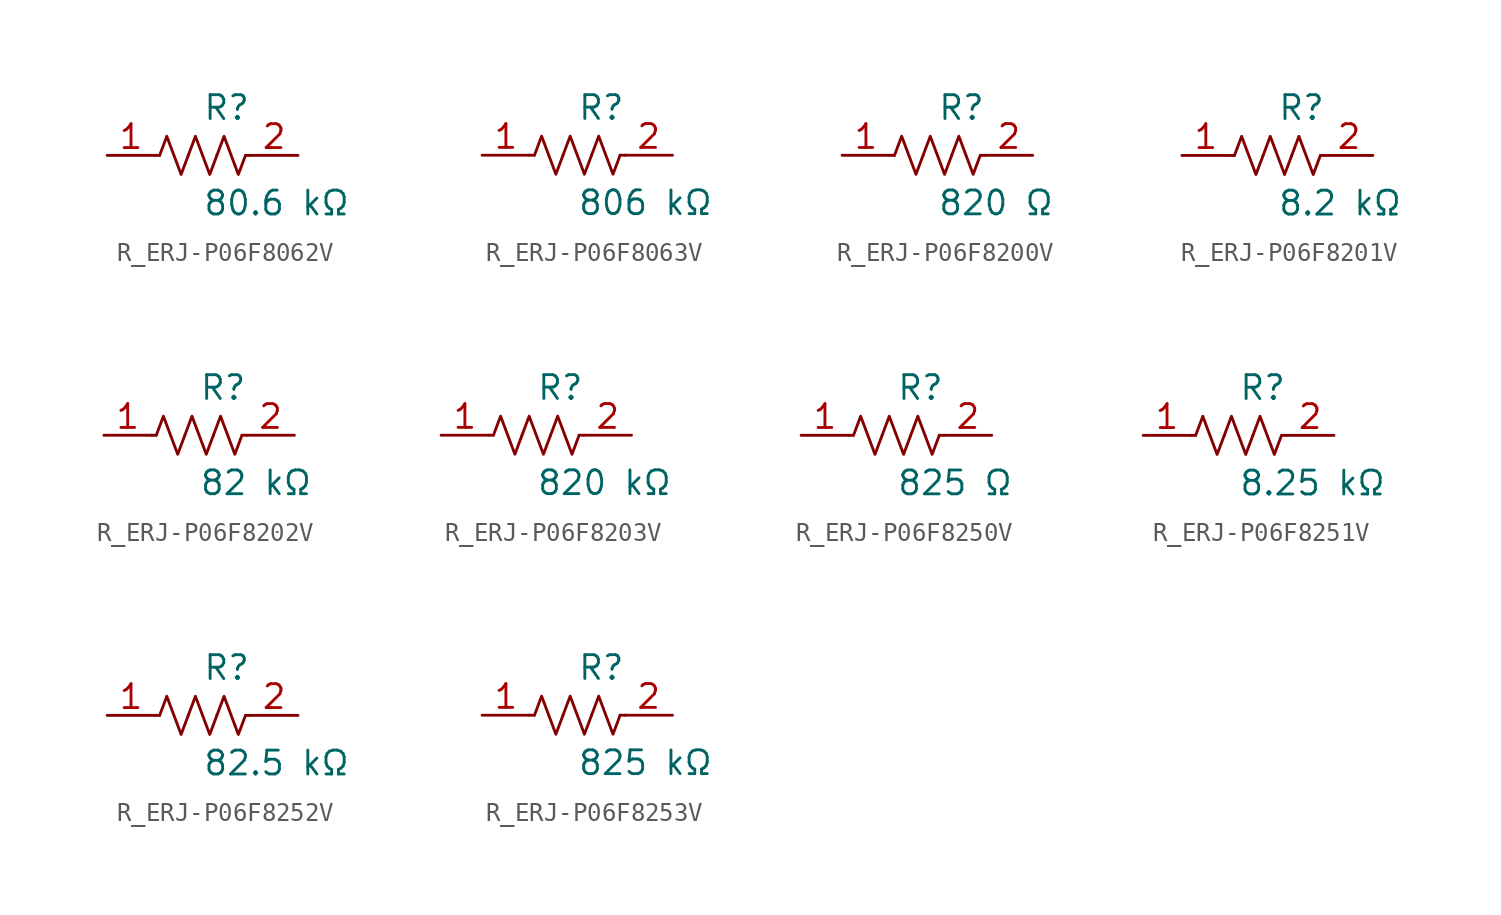
<source format=kicad_sym>
(kicad_symbol_lib
  (version 20231120)
  (generator kicad_symbol_editor)
  (generator_version 8.0)
  (symbol "R_ERJ-P06F8062V"
    (pin_names
      (offset 0.254))
    (property "Reference" "R"
      (at 0.0 2.54 0)
      (effects (font (size 1.27 1.27)) (justify left)))
    (property "Value" "80.6 kΩ"
      (at 0.0 -2.54 0)
      (effects (font (size 1.27 1.27)) (justify left)))
    (symbol "R_ERJ-P06F8062V_0_1"
      (polyline (pts (xy 2.286 0) (xy 2.54 0)) (stroke (width 0) (type default)) (fill (type none)))
      (polyline (pts (xy -2.286 0) (xy -2.54 0)) (stroke (width 0) (type default)) (fill (type none)))
      (polyline (pts (xy 0.762 0) (xy 1.143 1.016) (xy 1.524 0) (xy 1.905 -1.016) (xy 2.286 0)) (stroke (width 0) (type default)) (fill (type none)))
      (polyline (pts (xy -0.762 0) (xy -0.381 1.016) (xy 0 0) (xy 0.381 -1.016) (xy 0.762 0)) (stroke (width 0) (type default)) (fill (type none)))
      (polyline (pts (xy -2.286 0) (xy -1.905 1.016) (xy -1.524 0) (xy -1.143 -1.016) (xy -0.762 0)) (stroke (width 0) (type default)) (fill (type none))))
    (pin unspecified line
      (at -5.08 0 0)
      (length 2.54)
      (name "" (effects (font (size 1.27 1.27))))
      (number "1" (effects (font (size 1.27 1.27)))))
    (pin unspecified line
      (at 5.08 0 180)
      (length 2.54)
      (name "" (effects (font (size 1.27 1.27))))
      (number "2" (effects (font (size 1.27 1.27))))))
  (symbol "R_ERJ-P06F8063V"
    (pin_names
      (offset 0.254))
    (property "Reference" "R"
      (at 0.0 2.54 0)
      (effects (font (size 1.27 1.27)) (justify left)))
    (property "Value" "806 kΩ"
      (at 0.0 -2.54 0)
      (effects (font (size 1.27 1.27)) (justify left)))
    (symbol "R_ERJ-P06F8063V_0_1"
      (polyline (pts (xy 2.286 0) (xy 2.54 0)) (stroke (width 0) (type default)) (fill (type none)))
      (polyline (pts (xy -2.286 0) (xy -2.54 0)) (stroke (width 0) (type default)) (fill (type none)))
      (polyline (pts (xy 0.762 0) (xy 1.143 1.016) (xy 1.524 0) (xy 1.905 -1.016) (xy 2.286 0)) (stroke (width 0) (type default)) (fill (type none)))
      (polyline (pts (xy -0.762 0) (xy -0.381 1.016) (xy 0 0) (xy 0.381 -1.016) (xy 0.762 0)) (stroke (width 0) (type default)) (fill (type none)))
      (polyline (pts (xy -2.286 0) (xy -1.905 1.016) (xy -1.524 0) (xy -1.143 -1.016) (xy -0.762 0)) (stroke (width 0) (type default)) (fill (type none))))
    (pin unspecified line
      (at -5.08 0 0)
      (length 2.54)
      (name "" (effects (font (size 1.27 1.27))))
      (number "1" (effects (font (size 1.27 1.27)))))
    (pin unspecified line
      (at 5.08 0 180)
      (length 2.54)
      (name "" (effects (font (size 1.27 1.27))))
      (number "2" (effects (font (size 1.27 1.27))))))
  (symbol "R_ERJ-P06F8200V"
    (pin_names
      (offset 0.254))
    (property "Reference" "R"
      (at 0.0 2.54 0)
      (effects (font (size 1.27 1.27)) (justify left)))
    (property "Value" "820 Ω"
      (at 0.0 -2.54 0)
      (effects (font (size 1.27 1.27)) (justify left)))
    (symbol "R_ERJ-P06F8200V_0_1"
      (polyline (pts (xy 2.286 0) (xy 2.54 0)) (stroke (width 0) (type default)) (fill (type none)))
      (polyline (pts (xy -2.286 0) (xy -2.54 0)) (stroke (width 0) (type default)) (fill (type none)))
      (polyline (pts (xy 0.762 0) (xy 1.143 1.016) (xy 1.524 0) (xy 1.905 -1.016) (xy 2.286 0)) (stroke (width 0) (type default)) (fill (type none)))
      (polyline (pts (xy -0.762 0) (xy -0.381 1.016) (xy 0 0) (xy 0.381 -1.016) (xy 0.762 0)) (stroke (width 0) (type default)) (fill (type none)))
      (polyline (pts (xy -2.286 0) (xy -1.905 1.016) (xy -1.524 0) (xy -1.143 -1.016) (xy -0.762 0)) (stroke (width 0) (type default)) (fill (type none))))
    (pin unspecified line
      (at -5.08 0 0)
      (length 2.54)
      (name "" (effects (font (size 1.27 1.27))))
      (number "1" (effects (font (size 1.27 1.27)))))
    (pin unspecified line
      (at 5.08 0 180)
      (length 2.54)
      (name "" (effects (font (size 1.27 1.27))))
      (number "2" (effects (font (size 1.27 1.27))))))
  (symbol "R_ERJ-P06F8201V"
    (pin_names
      (offset 0.254))
    (property "Reference" "R"
      (at 0.0 2.54 0)
      (effects (font (size 1.27 1.27)) (justify left)))
    (property "Value" "8.2 kΩ"
      (at 0.0 -2.54 0)
      (effects (font (size 1.27 1.27)) (justify left)))
    (symbol "R_ERJ-P06F8201V_0_1"
      (polyline (pts (xy 2.286 0) (xy 2.54 0)) (stroke (width 0) (type default)) (fill (type none)))
      (polyline (pts (xy -2.286 0) (xy -2.54 0)) (stroke (width 0) (type default)) (fill (type none)))
      (polyline (pts (xy 0.762 0) (xy 1.143 1.016) (xy 1.524 0) (xy 1.905 -1.016) (xy 2.286 0)) (stroke (width 0) (type default)) (fill (type none)))
      (polyline (pts (xy -0.762 0) (xy -0.381 1.016) (xy 0 0) (xy 0.381 -1.016) (xy 0.762 0)) (stroke (width 0) (type default)) (fill (type none)))
      (polyline (pts (xy -2.286 0) (xy -1.905 1.016) (xy -1.524 0) (xy -1.143 -1.016) (xy -0.762 0)) (stroke (width 0) (type default)) (fill (type none))))
    (pin unspecified line
      (at -5.08 0 0)
      (length 2.54)
      (name "" (effects (font (size 1.27 1.27))))
      (number "1" (effects (font (size 1.27 1.27)))))
    (pin unspecified line
      (at 5.08 0 180)
      (length 2.54)
      (name "" (effects (font (size 1.27 1.27))))
      (number "2" (effects (font (size 1.27 1.27))))))
  (symbol "R_ERJ-P06F8202V"
    (pin_names
      (offset 0.254))
    (property "Reference" "R"
      (at 0.0 2.54 0)
      (effects (font (size 1.27 1.27)) (justify left)))
    (property "Value" "82 kΩ"
      (at 0.0 -2.54 0)
      (effects (font (size 1.27 1.27)) (justify left)))
    (symbol "R_ERJ-P06F8202V_0_1"
      (polyline (pts (xy 2.286 0) (xy 2.54 0)) (stroke (width 0) (type default)) (fill (type none)))
      (polyline (pts (xy -2.286 0) (xy -2.54 0)) (stroke (width 0) (type default)) (fill (type none)))
      (polyline (pts (xy 0.762 0) (xy 1.143 1.016) (xy 1.524 0) (xy 1.905 -1.016) (xy 2.286 0)) (stroke (width 0) (type default)) (fill (type none)))
      (polyline (pts (xy -0.762 0) (xy -0.381 1.016) (xy 0 0) (xy 0.381 -1.016) (xy 0.762 0)) (stroke (width 0) (type default)) (fill (type none)))
      (polyline (pts (xy -2.286 0) (xy -1.905 1.016) (xy -1.524 0) (xy -1.143 -1.016) (xy -0.762 0)) (stroke (width 0) (type default)) (fill (type none))))
    (pin unspecified line
      (at -5.08 0 0)
      (length 2.54)
      (name "" (effects (font (size 1.27 1.27))))
      (number "1" (effects (font (size 1.27 1.27)))))
    (pin unspecified line
      (at 5.08 0 180)
      (length 2.54)
      (name "" (effects (font (size 1.27 1.27))))
      (number "2" (effects (font (size 1.27 1.27))))))
  (symbol "R_ERJ-P06F8203V"
    (pin_names
      (offset 0.254))
    (property "Reference" "R"
      (at 0.0 2.54 0)
      (effects (font (size 1.27 1.27)) (justify left)))
    (property "Value" "820 kΩ"
      (at 0.0 -2.54 0)
      (effects (font (size 1.27 1.27)) (justify left)))
    (symbol "R_ERJ-P06F8203V_0_1"
      (polyline (pts (xy 2.286 0) (xy 2.54 0)) (stroke (width 0) (type default)) (fill (type none)))
      (polyline (pts (xy -2.286 0) (xy -2.54 0)) (stroke (width 0) (type default)) (fill (type none)))
      (polyline (pts (xy 0.762 0) (xy 1.143 1.016) (xy 1.524 0) (xy 1.905 -1.016) (xy 2.286 0)) (stroke (width 0) (type default)) (fill (type none)))
      (polyline (pts (xy -0.762 0) (xy -0.381 1.016) (xy 0 0) (xy 0.381 -1.016) (xy 0.762 0)) (stroke (width 0) (type default)) (fill (type none)))
      (polyline (pts (xy -2.286 0) (xy -1.905 1.016) (xy -1.524 0) (xy -1.143 -1.016) (xy -0.762 0)) (stroke (width 0) (type default)) (fill (type none))))
    (pin unspecified line
      (at -5.08 0 0)
      (length 2.54)
      (name "" (effects (font (size 1.27 1.27))))
      (number "1" (effects (font (size 1.27 1.27)))))
    (pin unspecified line
      (at 5.08 0 180)
      (length 2.54)
      (name "" (effects (font (size 1.27 1.27))))
      (number "2" (effects (font (size 1.27 1.27))))))
  (symbol "R_ERJ-P06F8250V"
    (pin_names
      (offset 0.254))
    (property "Reference" "R"
      (at 0.0 2.54 0)
      (effects (font (size 1.27 1.27)) (justify left)))
    (property "Value" "825 Ω"
      (at 0.0 -2.54 0)
      (effects (font (size 1.27 1.27)) (justify left)))
    (symbol "R_ERJ-P06F8250V_0_1"
      (polyline (pts (xy 2.286 0) (xy 2.54 0)) (stroke (width 0) (type default)) (fill (type none)))
      (polyline (pts (xy -2.286 0) (xy -2.54 0)) (stroke (width 0) (type default)) (fill (type none)))
      (polyline (pts (xy 0.762 0) (xy 1.143 1.016) (xy 1.524 0) (xy 1.905 -1.016) (xy 2.286 0)) (stroke (width 0) (type default)) (fill (type none)))
      (polyline (pts (xy -0.762 0) (xy -0.381 1.016) (xy 0 0) (xy 0.381 -1.016) (xy 0.762 0)) (stroke (width 0) (type default)) (fill (type none)))
      (polyline (pts (xy -2.286 0) (xy -1.905 1.016) (xy -1.524 0) (xy -1.143 -1.016) (xy -0.762 0)) (stroke (width 0) (type default)) (fill (type none))))
    (pin unspecified line
      (at -5.08 0 0)
      (length 2.54)
      (name "" (effects (font (size 1.27 1.27))))
      (number "1" (effects (font (size 1.27 1.27)))))
    (pin unspecified line
      (at 5.08 0 180)
      (length 2.54)
      (name "" (effects (font (size 1.27 1.27))))
      (number "2" (effects (font (size 1.27 1.27))))))
  (symbol "R_ERJ-P06F8251V"
    (pin_names
      (offset 0.254))
    (property "Reference" "R"
      (at 0.0 2.54 0)
      (effects (font (size 1.27 1.27)) (justify left)))
    (property "Value" "8.25 kΩ"
      (at 0.0 -2.54 0)
      (effects (font (size 1.27 1.27)) (justify left)))
    (symbol "R_ERJ-P06F8251V_0_1"
      (polyline (pts (xy 2.286 0) (xy 2.54 0)) (stroke (width 0) (type default)) (fill (type none)))
      (polyline (pts (xy -2.286 0) (xy -2.54 0)) (stroke (width 0) (type default)) (fill (type none)))
      (polyline (pts (xy 0.762 0) (xy 1.143 1.016) (xy 1.524 0) (xy 1.905 -1.016) (xy 2.286 0)) (stroke (width 0) (type default)) (fill (type none)))
      (polyline (pts (xy -0.762 0) (xy -0.381 1.016) (xy 0 0) (xy 0.381 -1.016) (xy 0.762 0)) (stroke (width 0) (type default)) (fill (type none)))
      (polyline (pts (xy -2.286 0) (xy -1.905 1.016) (xy -1.524 0) (xy -1.143 -1.016) (xy -0.762 0)) (stroke (width 0) (type default)) (fill (type none))))
    (pin unspecified line
      (at -5.08 0 0)
      (length 2.54)
      (name "" (effects (font (size 1.27 1.27))))
      (number "1" (effects (font (size 1.27 1.27)))))
    (pin unspecified line
      (at 5.08 0 180)
      (length 2.54)
      (name "" (effects (font (size 1.27 1.27))))
      (number "2" (effects (font (size 1.27 1.27))))))
  (symbol "R_ERJ-P06F8252V"
    (pin_names
      (offset 0.254))
    (property "Reference" "R"
      (at 0.0 2.54 0)
      (effects (font (size 1.27 1.27)) (justify left)))
    (property "Value" "82.5 kΩ"
      (at 0.0 -2.54 0)
      (effects (font (size 1.27 1.27)) (justify left)))
    (symbol "R_ERJ-P06F8252V_0_1"
      (polyline (pts (xy 2.286 0) (xy 2.54 0)) (stroke (width 0) (type default)) (fill (type none)))
      (polyline (pts (xy -2.286 0) (xy -2.54 0)) (stroke (width 0) (type default)) (fill (type none)))
      (polyline (pts (xy 0.762 0) (xy 1.143 1.016) (xy 1.524 0) (xy 1.905 -1.016) (xy 2.286 0)) (stroke (width 0) (type default)) (fill (type none)))
      (polyline (pts (xy -0.762 0) (xy -0.381 1.016) (xy 0 0) (xy 0.381 -1.016) (xy 0.762 0)) (stroke (width 0) (type default)) (fill (type none)))
      (polyline (pts (xy -2.286 0) (xy -1.905 1.016) (xy -1.524 0) (xy -1.143 -1.016) (xy -0.762 0)) (stroke (width 0) (type default)) (fill (type none))))
    (pin unspecified line
      (at -5.08 0 0)
      (length 2.54)
      (name "" (effects (font (size 1.27 1.27))))
      (number "1" (effects (font (size 1.27 1.27)))))
    (pin unspecified line
      (at 5.08 0 180)
      (length 2.54)
      (name "" (effects (font (size 1.27 1.27))))
      (number "2" (effects (font (size 1.27 1.27))))))
  (symbol "R_ERJ-P06F8253V"
    (pin_names
      (offset 0.254))
    (property "Reference" "R"
      (at 0.0 2.54 0)
      (effects (font (size 1.27 1.27)) (justify left)))
    (property "Value" "825 kΩ"
      (at 0.0 -2.54 0)
      (effects (font (size 1.27 1.27)) (justify left)))
    (symbol "R_ERJ-P06F8253V_0_1"
      (polyline (pts (xy 2.286 0) (xy 2.54 0)) (stroke (width 0) (type default)) (fill (type none)))
      (polyline (pts (xy -2.286 0) (xy -2.54 0)) (stroke (width 0) (type default)) (fill (type none)))
      (polyline (pts (xy 0.762 0) (xy 1.143 1.016) (xy 1.524 0) (xy 1.905 -1.016) (xy 2.286 0)) (stroke (width 0) (type default)) (fill (type none)))
      (polyline (pts (xy -0.762 0) (xy -0.381 1.016) (xy 0 0) (xy 0.381 -1.016) (xy 0.762 0)) (stroke (width 0) (type default)) (fill (type none)))
      (polyline (pts (xy -2.286 0) (xy -1.905 1.016) (xy -1.524 0) (xy -1.143 -1.016) (xy -0.762 0)) (stroke (width 0) (type default)) (fill (type none))))
    (pin unspecified line
      (at -5.08 0 0)
      (length 2.54)
      (name "" (effects (font (size 1.27 1.27))))
      (number "1" (effects (font (size 1.27 1.27)))))
    (pin unspecified line
      (at 5.08 0 180)
      (length 2.54)
      (name "" (effects (font (size 1.27 1.27))))
      (number "2" (effects (font (size 1.27 1.27)))))))
</source>
